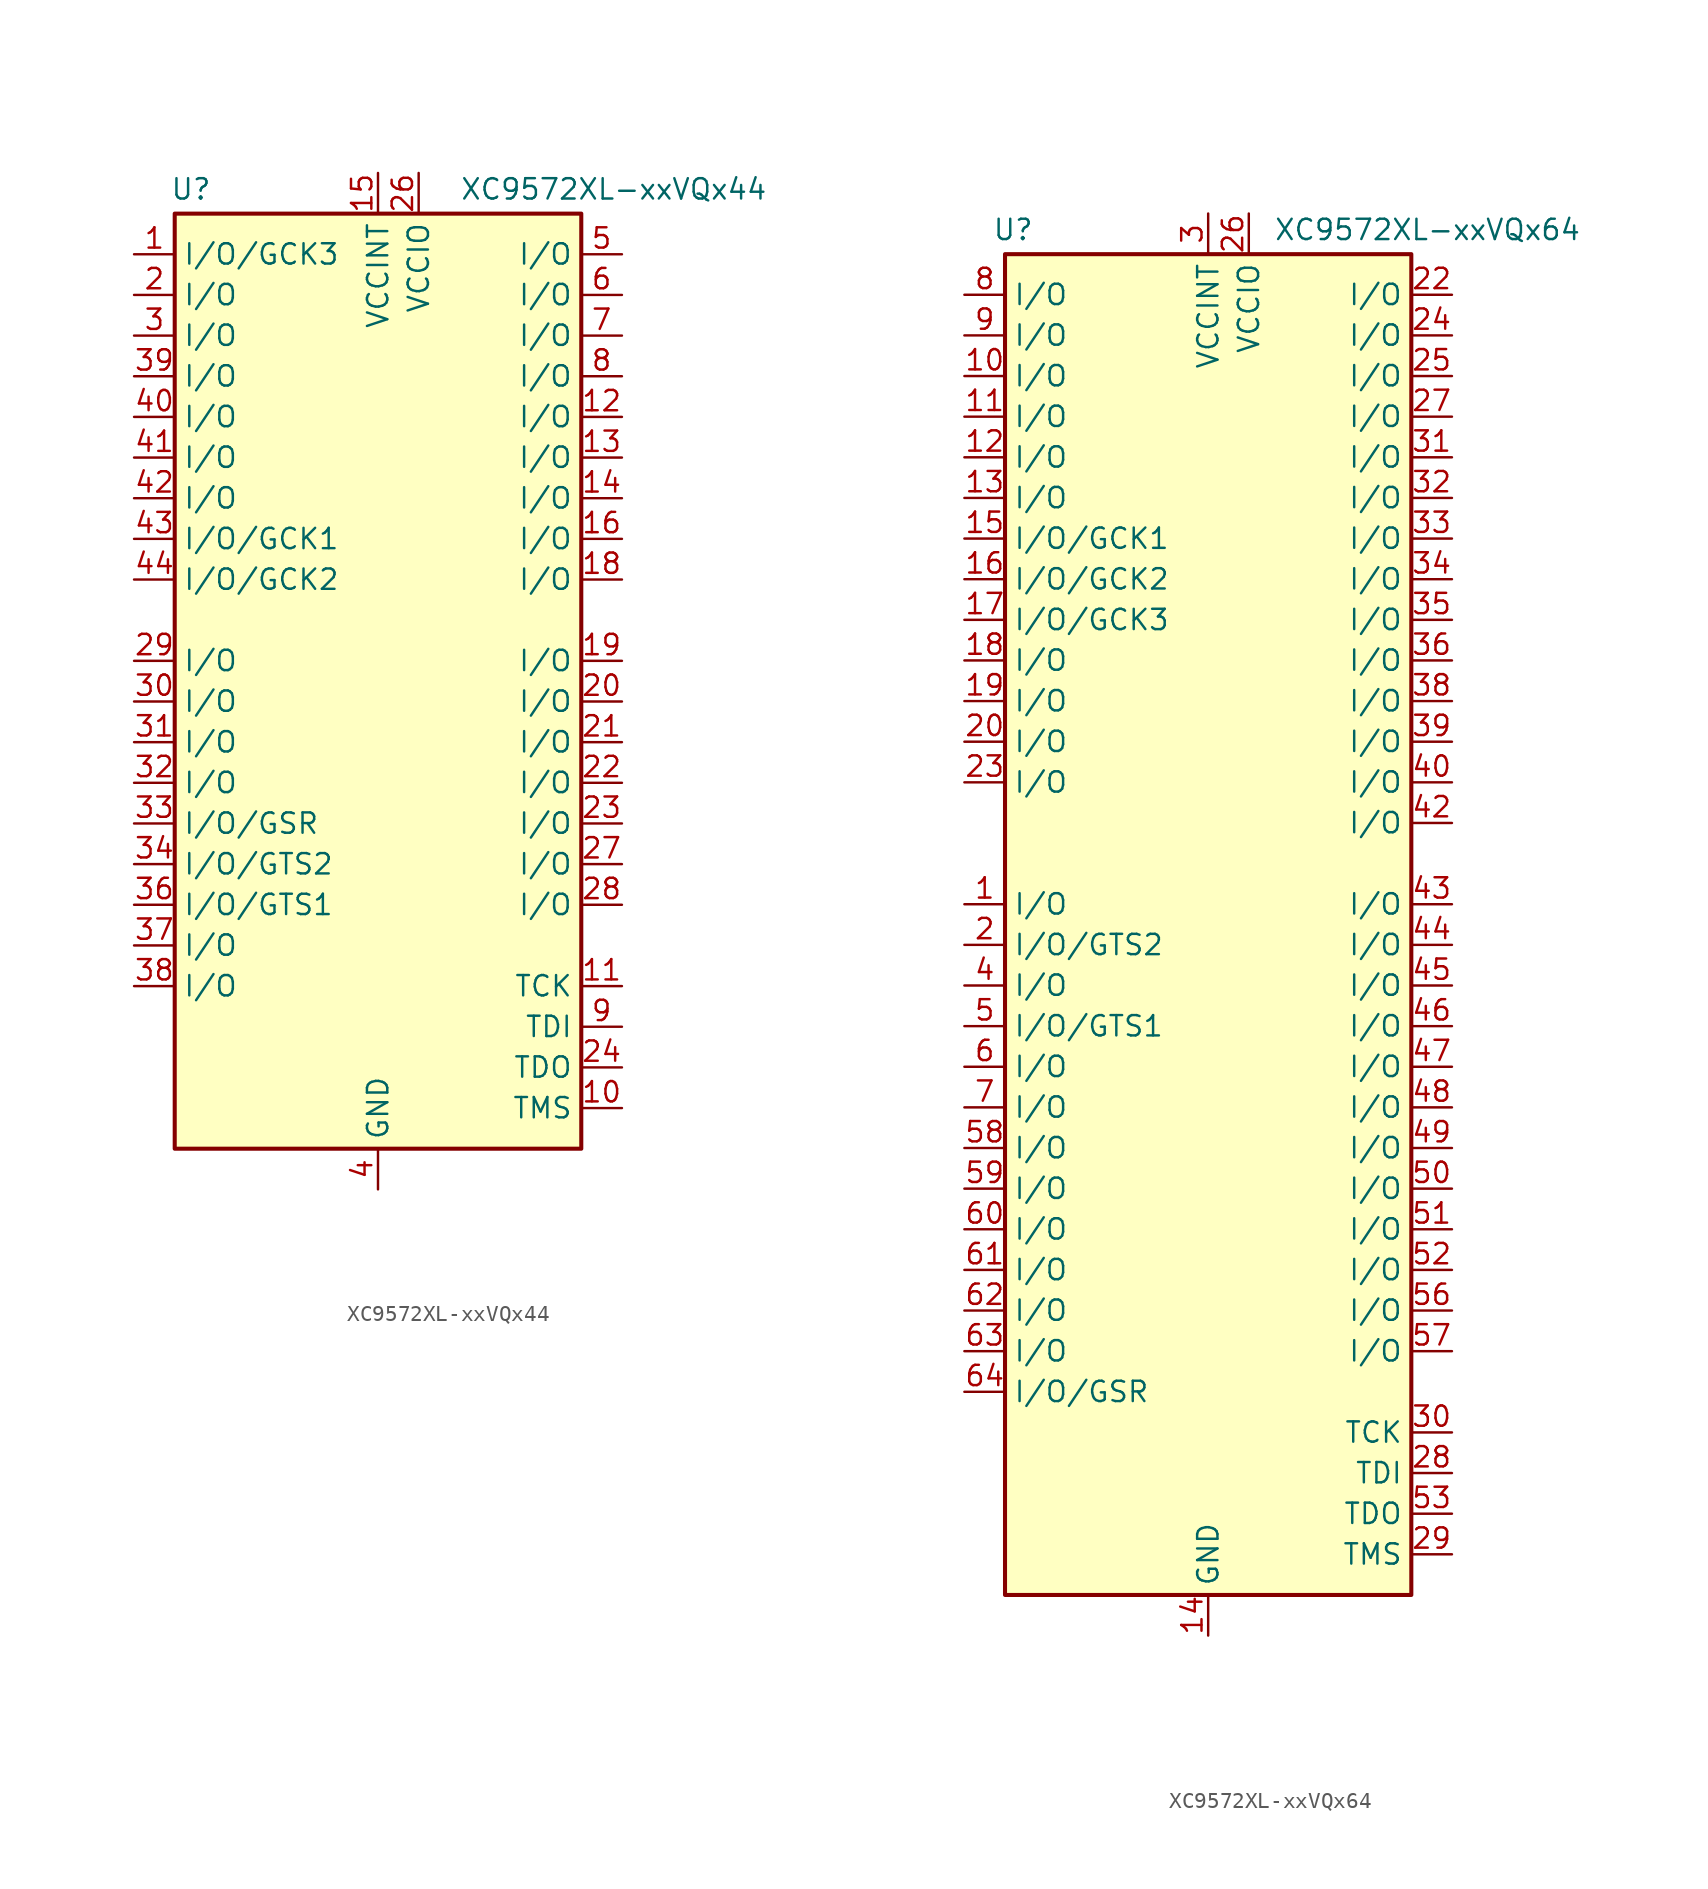
<source format=kicad_sym>
(kicad_symbol_lib
  (version 20241209)
  (generator "kicad_symbol_editor")
  (generator_version "9.0")
  (symbol "XC9572XL-xxVQx44"
    (property "Reference" "U"
      (at -11.684 32.004 0)
      (effects (font (size 1.27 1.27))))
    (property "Value" "XC9572XL-xxVQx44"
      (at 14.732 32.004 0)
      (effects (font (size 1.27 1.27))))
    (symbol "XC9572XL-xxVQx44_1_1"
      (rectangle (start -12.7 30.48) (end 12.7 -27.94) (stroke (width 0.254) (type default)) (fill (type background)))
      (pin bidirectional line (at -15.24 27.94 0) (length 2.54) (name "I/O/GCK3" (effects (font (size 1.27 1.27)))) (number "1" (effects (font (size 1.27 1.27)))))
      (pin bidirectional line (at -15.24 25.4 0) (length 2.54) (name "I/O" (effects (font (size 1.27 1.27)))) (number "2" (effects (font (size 1.27 1.27)))))
      (pin bidirectional line (at -15.24 22.86 0) (length 2.54) (name "I/O" (effects (font (size 1.27 1.27)))) (number "3" (effects (font (size 1.27 1.27)))))
      (pin bidirectional line (at -15.24 20.32 0) (length 2.54) (name "I/O" (effects (font (size 1.27 1.27)))) (number "39" (effects (font (size 1.27 1.27)))))
      (pin bidirectional line (at -15.24 17.78 0) (length 2.54) (name "I/O" (effects (font (size 1.27 1.27)))) (number "40" (effects (font (size 1.27 1.27)))))
      (pin bidirectional line (at -15.24 15.24 0) (length 2.54) (name "I/O" (effects (font (size 1.27 1.27)))) (number "41" (effects (font (size 1.27 1.27)))))
      (pin bidirectional line (at -15.24 12.7 0) (length 2.54) (name "I/O" (effects (font (size 1.27 1.27)))) (number "42" (effects (font (size 1.27 1.27)))))
      (pin bidirectional line (at -15.24 10.16 0) (length 2.54) (name "I/O/GCK1" (effects (font (size 1.27 1.27)))) (number "43" (effects (font (size 1.27 1.27)))))
      (pin bidirectional line (at -15.24 7.62 0) (length 2.54) (name "I/O/GCK2" (effects (font (size 1.27 1.27)))) (number "44" (effects (font (size 1.27 1.27)))))
      (pin bidirectional line (at -15.24 2.54 0) (length 2.54) (name "I/O" (effects (font (size 1.27 1.27)))) (number "29" (effects (font (size 1.27 1.27)))))
      (pin bidirectional line (at -15.24 0 0) (length 2.54) (name "I/O" (effects (font (size 1.27 1.27)))) (number "30" (effects (font (size 1.27 1.27)))))
      (pin bidirectional line (at -15.24 -2.54 0) (length 2.54) (name "I/O" (effects (font (size 1.27 1.27)))) (number "31" (effects (font (size 1.27 1.27)))))
      (pin bidirectional line (at -15.24 -5.08 0) (length 2.54) (name "I/O" (effects (font (size 1.27 1.27)))) (number "32" (effects (font (size 1.27 1.27)))))
      (pin bidirectional line (at -15.24 -7.62 0) (length 2.54) (name "I/O/GSR" (effects (font (size 1.27 1.27)))) (number "33" (effects (font (size 1.27 1.27)))))
      (pin bidirectional line (at -15.24 -10.16 0) (length 2.54) (name "I/O/GTS2" (effects (font (size 1.27 1.27)))) (number "34" (effects (font (size 1.27 1.27)))))
      (pin bidirectional line (at -15.24 -12.7 0) (length 2.54) (name "I/O/GTS1" (effects (font (size 1.27 1.27)))) (number "36" (effects (font (size 1.27 1.27)))))
      (pin bidirectional line (at -15.24 -15.24 0) (length 2.54) (name "I/O" (effects (font (size 1.27 1.27)))) (number "37" (effects (font (size 1.27 1.27)))))
      (pin bidirectional line (at -15.24 -17.78 0) (length 2.54) (name "I/O" (effects (font (size 1.27 1.27)))) (number "38" (effects (font (size 1.27 1.27)))))
      (pin power_in line (at 0 33.02 270) (length 2.54) (name "VCCINT" (effects (font (size 1.27 1.27)))) (number "15" (effects (font (size 1.27 1.27)))))
      (pin passive line (at 0 33.02 270) (length 2.54) (hide yes) (name "VCCINT" (effects (font (size 1.27 1.27)))) (number "35" (effects (font (size 1.27 1.27)))))
      (pin passive line (at 0 -30.48 90) (length 2.54) (hide yes) (name "GND" (effects (font (size 1.27 1.27)))) (number "17" (effects (font (size 1.27 1.27)))))
      (pin passive line (at 0 -30.48 90) (length 2.54) (hide yes) (name "GND" (effects (font (size 1.27 1.27)))) (number "25" (effects (font (size 1.27 1.27)))))
      (pin power_in line (at 0 -30.48 90) (length 2.54) (name "GND" (effects (font (size 1.27 1.27)))) (number "4" (effects (font (size 1.27 1.27)))))
      (pin power_in line (at 2.54 33.02 270) (length 2.54) (name "VCCIO" (effects (font (size 1.27 1.27)))) (number "26" (effects (font (size 1.27 1.27)))))
      (pin bidirectional line (at 15.24 27.94 180) (length 2.54) (name "I/O" (effects (font (size 1.27 1.27)))) (number "5" (effects (font (size 1.27 1.27)))))
      (pin bidirectional line (at 15.24 25.4 180) (length 2.54) (name "I/O" (effects (font (size 1.27 1.27)))) (number "6" (effects (font (size 1.27 1.27)))))
      (pin bidirectional line (at 15.24 22.86 180) (length 2.54) (name "I/O" (effects (font (size 1.27 1.27)))) (number "7" (effects (font (size 1.27 1.27)))))
      (pin bidirectional line (at 15.24 20.32 180) (length 2.54) (name "I/O" (effects (font (size 1.27 1.27)))) (number "8" (effects (font (size 1.27 1.27)))))
      (pin bidirectional line (at 15.24 17.78 180) (length 2.54) (name "I/O" (effects (font (size 1.27 1.27)))) (number "12" (effects (font (size 1.27 1.27)))))
      (pin bidirectional line (at 15.24 15.24 180) (length 2.54) (name "I/O" (effects (font (size 1.27 1.27)))) (number "13" (effects (font (size 1.27 1.27)))))
      (pin bidirectional line (at 15.24 12.7 180) (length 2.54) (name "I/O" (effects (font (size 1.27 1.27)))) (number "14" (effects (font (size 1.27 1.27)))))
      (pin bidirectional line (at 15.24 10.16 180) (length 2.54) (name "I/O" (effects (font (size 1.27 1.27)))) (number "16" (effects (font (size 1.27 1.27)))))
      (pin bidirectional line (at 15.24 7.62 180) (length 2.54) (name "I/O" (effects (font (size 1.27 1.27)))) (number "18" (effects (font (size 1.27 1.27)))))
      (pin bidirectional line (at 15.24 2.54 180) (length 2.54) (name "I/O" (effects (font (size 1.27 1.27)))) (number "19" (effects (font (size 1.27 1.27)))))
      (pin bidirectional line (at 15.24 0 180) (length 2.54) (name "I/O" (effects (font (size 1.27 1.27)))) (number "20" (effects (font (size 1.27 1.27)))))
      (pin bidirectional line (at 15.24 -2.54 180) (length 2.54) (name "I/O" (effects (font (size 1.27 1.27)))) (number "21" (effects (font (size 1.27 1.27)))))
      (pin bidirectional line (at 15.24 -5.08 180) (length 2.54) (name "I/O" (effects (font (size 1.27 1.27)))) (number "22" (effects (font (size 1.27 1.27)))))
      (pin bidirectional line (at 15.24 -7.62 180) (length 2.54) (name "I/O" (effects (font (size 1.27 1.27)))) (number "23" (effects (font (size 1.27 1.27)))))
      (pin bidirectional line (at 15.24 -10.16 180) (length 2.54) (name "I/O" (effects (font (size 1.27 1.27)))) (number "27" (effects (font (size 1.27 1.27)))))
      (pin bidirectional line (at 15.24 -12.7 180) (length 2.54) (name "I/O" (effects (font (size 1.27 1.27)))) (number "28" (effects (font (size 1.27 1.27)))))
      (pin input line (at 15.24 -17.78 180) (length 2.54) (name "TCK" (effects (font (size 1.27 1.27)))) (number "11" (effects (font (size 1.27 1.27)))))
      (pin input line (at 15.24 -20.32 180) (length 2.54) (name "TDI" (effects (font (size 1.27 1.27)))) (number "9" (effects (font (size 1.27 1.27)))))
      (pin output line (at 15.24 -22.86 180) (length 2.54) (name "TDO" (effects (font (size 1.27 1.27)))) (number "24" (effects (font (size 1.27 1.27)))))
      (pin input line (at 15.24 -25.4 180) (length 2.54) (name "TMS" (effects (font (size 1.27 1.27)))) (number "10" (effects (font (size 1.27 1.27)))))))
  (symbol "XC9572XL-xxVQx64"
    (property "Reference" "U"
      (at -12.192 42.164 0)
      (effects (font (size 1.27 1.27))))
    (property "Value" "XC9572XL-xxVQx64"
      (at 13.716 42.164 0)
      (effects (font (size 1.27 1.27))))
    (symbol "XC9572XL-xxVQx64_1_1"
      (rectangle (start -12.7 40.64) (end 12.7 -43.18) (stroke (width 0.254) (type default)) (fill (type background)))
      (pin bidirectional line (at -15.24 38.1 0) (length 2.54) (name "I/O" (effects (font (size 1.27 1.27)))) (number "8" (effects (font (size 1.27 1.27)))))
      (pin bidirectional line (at -15.24 35.56 0) (length 2.54) (name "I/O" (effects (font (size 1.27 1.27)))) (number "9" (effects (font (size 1.27 1.27)))))
      (pin bidirectional line (at -15.24 33.02 0) (length 2.54) (name "I/O" (effects (font (size 1.27 1.27)))) (number "10" (effects (font (size 1.27 1.27)))))
      (pin bidirectional line (at -15.24 30.48 0) (length 2.54) (name "I/O" (effects (font (size 1.27 1.27)))) (number "11" (effects (font (size 1.27 1.27)))))
      (pin bidirectional line (at -15.24 27.94 0) (length 2.54) (name "I/O" (effects (font (size 1.27 1.27)))) (number "12" (effects (font (size 1.27 1.27)))))
      (pin bidirectional line (at -15.24 25.4 0) (length 2.54) (name "I/O" (effects (font (size 1.27 1.27)))) (number "13" (effects (font (size 1.27 1.27)))))
      (pin bidirectional line (at -15.24 22.86 0) (length 2.54) (name "I/O/GCK1" (effects (font (size 1.27 1.27)))) (number "15" (effects (font (size 1.27 1.27)))))
      (pin bidirectional line (at -15.24 20.32 0) (length 2.54) (name "I/O/GCK2" (effects (font (size 1.27 1.27)))) (number "16" (effects (font (size 1.27 1.27)))))
      (pin bidirectional line (at -15.24 17.78 0) (length 2.54) (name "I/O/GCK3" (effects (font (size 1.27 1.27)))) (number "17" (effects (font (size 1.27 1.27)))))
      (pin bidirectional line (at -15.24 15.24 0) (length 2.54) (name "I/O" (effects (font (size 1.27 1.27)))) (number "18" (effects (font (size 1.27 1.27)))))
      (pin bidirectional line (at -15.24 12.7 0) (length 2.54) (name "I/O" (effects (font (size 1.27 1.27)))) (number "19" (effects (font (size 1.27 1.27)))))
      (pin bidirectional line (at -15.24 10.16 0) (length 2.54) (name "I/O" (effects (font (size 1.27 1.27)))) (number "20" (effects (font (size 1.27 1.27)))))
      (pin bidirectional line (at -15.24 7.62 0) (length 2.54) (name "I/O" (effects (font (size 1.27 1.27)))) (number "23" (effects (font (size 1.27 1.27)))))
      (pin bidirectional line (at -15.24 0 0) (length 2.54) (name "I/O" (effects (font (size 1.27 1.27)))) (number "1" (effects (font (size 1.27 1.27)))))
      (pin bidirectional line (at -15.24 -2.54 0) (length 2.54) (name "I/O/GTS2" (effects (font (size 1.27 1.27)))) (number "2" (effects (font (size 1.27 1.27)))))
      (pin bidirectional line (at -15.24 -5.08 0) (length 2.54) (name "I/O" (effects (font (size 1.27 1.27)))) (number "4" (effects (font (size 1.27 1.27)))))
      (pin bidirectional line (at -15.24 -7.62 0) (length 2.54) (name "I/O/GTS1" (effects (font (size 1.27 1.27)))) (number "5" (effects (font (size 1.27 1.27)))))
      (pin bidirectional line (at -15.24 -10.16 0) (length 2.54) (name "I/O" (effects (font (size 1.27 1.27)))) (number "6" (effects (font (size 1.27 1.27)))))
      (pin bidirectional line (at -15.24 -12.7 0) (length 2.54) (name "I/O" (effects (font (size 1.27 1.27)))) (number "7" (effects (font (size 1.27 1.27)))))
      (pin bidirectional line (at -15.24 -15.24 0) (length 2.54) (name "I/O" (effects (font (size 1.27 1.27)))) (number "58" (effects (font (size 1.27 1.27)))))
      (pin bidirectional line (at -15.24 -17.78 0) (length 2.54) (name "I/O" (effects (font (size 1.27 1.27)))) (number "59" (effects (font (size 1.27 1.27)))))
      (pin bidirectional line (at -15.24 -20.32 0) (length 2.54) (name "I/O" (effects (font (size 1.27 1.27)))) (number "60" (effects (font (size 1.27 1.27)))))
      (pin bidirectional line (at -15.24 -22.86 0) (length 2.54) (name "I/O" (effects (font (size 1.27 1.27)))) (number "61" (effects (font (size 1.27 1.27)))))
      (pin bidirectional line (at -15.24 -25.4 0) (length 2.54) (name "I/O" (effects (font (size 1.27 1.27)))) (number "62" (effects (font (size 1.27 1.27)))))
      (pin bidirectional line (at -15.24 -27.94 0) (length 2.54) (name "I/O" (effects (font (size 1.27 1.27)))) (number "63" (effects (font (size 1.27 1.27)))))
      (pin bidirectional line (at -15.24 -30.48 0) (length 2.54) (name "I/O/GSR" (effects (font (size 1.27 1.27)))) (number "64" (effects (font (size 1.27 1.27)))))
      (pin power_in line (at 0 43.18 270) (length 2.54) (name "VCCINT" (effects (font (size 1.27 1.27)))) (number "3" (effects (font (size 1.27 1.27)))))
      (pin passive line (at 0 43.18 270) (length 2.54) (hide yes) (name "VCCINT" (effects (font (size 1.27 1.27)))) (number "37" (effects (font (size 1.27 1.27)))))
      (pin power_in line (at 0 -45.72 90) (length 2.54) (name "GND" (effects (font (size 1.27 1.27)))) (number "14" (effects (font (size 1.27 1.27)))))
      (pin passive line (at 0 -45.72 90) (length 2.54) (hide yes) (name "GND" (effects (font (size 1.27 1.27)))) (number "21" (effects (font (size 1.27 1.27)))))
      (pin passive line (at 0 -45.72 90) (length 2.54) (hide yes) (name "GND" (effects (font (size 1.27 1.27)))) (number "41" (effects (font (size 1.27 1.27)))))
      (pin passive line (at 0 -45.72 90) (length 2.54) (hide yes) (name "GND" (effects (font (size 1.27 1.27)))) (number "54" (effects (font (size 1.27 1.27)))))
      (pin power_in line (at 2.54 43.18 270) (length 2.54) (name "VCCIO" (effects (font (size 1.27 1.27)))) (number "26" (effects (font (size 1.27 1.27)))))
      (pin passive line (at 2.54 43.18 270) (length 2.54) (hide yes) (name "VCCIO" (effects (font (size 1.27 1.27)))) (number "55" (effects (font (size 1.27 1.27)))))
      (pin bidirectional line (at 15.24 38.1 180) (length 2.54) (name "I/O" (effects (font (size 1.27 1.27)))) (number "22" (effects (font (size 1.27 1.27)))))
      (pin bidirectional line (at 15.24 35.56 180) (length 2.54) (name "I/O" (effects (font (size 1.27 1.27)))) (number "24" (effects (font (size 1.27 1.27)))))
      (pin bidirectional line (at 15.24 33.02 180) (length 2.54) (name "I/O" (effects (font (size 1.27 1.27)))) (number "25" (effects (font (size 1.27 1.27)))))
      (pin bidirectional line (at 15.24 30.48 180) (length 2.54) (name "I/O" (effects (font (size 1.27 1.27)))) (number "27" (effects (font (size 1.27 1.27)))))
      (pin bidirectional line (at 15.24 27.94 180) (length 2.54) (name "I/O" (effects (font (size 1.27 1.27)))) (number "31" (effects (font (size 1.27 1.27)))))
      (pin bidirectional line (at 15.24 25.4 180) (length 2.54) (name "I/O" (effects (font (size 1.27 1.27)))) (number "32" (effects (font (size 1.27 1.27)))))
      (pin bidirectional line (at 15.24 22.86 180) (length 2.54) (name "I/O" (effects (font (size 1.27 1.27)))) (number "33" (effects (font (size 1.27 1.27)))))
      (pin bidirectional line (at 15.24 20.32 180) (length 2.54) (name "I/O" (effects (font (size 1.27 1.27)))) (number "34" (effects (font (size 1.27 1.27)))))
      (pin bidirectional line (at 15.24 17.78 180) (length 2.54) (name "I/O" (effects (font (size 1.27 1.27)))) (number "35" (effects (font (size 1.27 1.27)))))
      (pin bidirectional line (at 15.24 15.24 180) (length 2.54) (name "I/O" (effects (font (size 1.27 1.27)))) (number "36" (effects (font (size 1.27 1.27)))))
      (pin bidirectional line (at 15.24 12.7 180) (length 2.54) (name "I/O" (effects (font (size 1.27 1.27)))) (number "38" (effects (font (size 1.27 1.27)))))
      (pin bidirectional line (at 15.24 10.16 180) (length 2.54) (name "I/O" (effects (font (size 1.27 1.27)))) (number "39" (effects (font (size 1.27 1.27)))))
      (pin bidirectional line (at 15.24 7.62 180) (length 2.54) (name "I/O" (effects (font (size 1.27 1.27)))) (number "40" (effects (font (size 1.27 1.27)))))
      (pin bidirectional line (at 15.24 5.08 180) (length 2.54) (name "I/O" (effects (font (size 1.27 1.27)))) (number "42" (effects (font (size 1.27 1.27)))))
      (pin bidirectional line (at 15.24 0 180) (length 2.54) (name "I/O" (effects (font (size 1.27 1.27)))) (number "43" (effects (font (size 1.27 1.27)))))
      (pin bidirectional line (at 15.24 -2.54 180) (length 2.54) (name "I/O" (effects (font (size 1.27 1.27)))) (number "44" (effects (font (size 1.27 1.27)))))
      (pin bidirectional line (at 15.24 -5.08 180) (length 2.54) (name "I/O" (effects (font (size 1.27 1.27)))) (number "45" (effects (font (size 1.27 1.27)))))
      (pin bidirectional line (at 15.24 -7.62 180) (length 2.54) (name "I/O" (effects (font (size 1.27 1.27)))) (number "46" (effects (font (size 1.27 1.27)))))
      (pin bidirectional line (at 15.24 -10.16 180) (length 2.54) (name "I/O" (effects (font (size 1.27 1.27)))) (number "47" (effects (font (size 1.27 1.27)))))
      (pin bidirectional line (at 15.24 -12.7 180) (length 2.54) (name "I/O" (effects (font (size 1.27 1.27)))) (number "48" (effects (font (size 1.27 1.27)))))
      (pin bidirectional line (at 15.24 -15.24 180) (length 2.54) (name "I/O" (effects (font (size 1.27 1.27)))) (number "49" (effects (font (size 1.27 1.27)))))
      (pin bidirectional line (at 15.24 -17.78 180) (length 2.54) (name "I/O" (effects (font (size 1.27 1.27)))) (number "50" (effects (font (size 1.27 1.27)))))
      (pin bidirectional line (at 15.24 -20.32 180) (length 2.54) (name "I/O" (effects (font (size 1.27 1.27)))) (number "51" (effects (font (size 1.27 1.27)))))
      (pin bidirectional line (at 15.24 -22.86 180) (length 2.54) (name "I/O" (effects (font (size 1.27 1.27)))) (number "52" (effects (font (size 1.27 1.27)))))
      (pin bidirectional line (at 15.24 -25.4 180) (length 2.54) (name "I/O" (effects (font (size 1.27 1.27)))) (number "56" (effects (font (size 1.27 1.27)))))
      (pin bidirectional line (at 15.24 -27.94 180) (length 2.54) (name "I/O" (effects (font (size 1.27 1.27)))) (number "57" (effects (font (size 1.27 1.27)))))
      (pin input line (at 15.24 -33.02 180) (length 2.54) (name "TCK" (effects (font (size 1.27 1.27)))) (number "30" (effects (font (size 1.27 1.27)))))
      (pin input line (at 15.24 -35.56 180) (length 2.54) (name "TDI" (effects (font (size 1.27 1.27)))) (number "28" (effects (font (size 1.27 1.27)))))
      (pin output line (at 15.24 -38.1 180) (length 2.54) (name "TDO" (effects (font (size 1.27 1.27)))) (number "53" (effects (font (size 1.27 1.27)))))
      (pin input line (at 15.24 -40.64 180) (length 2.54) (name "TMS" (effects (font (size 1.27 1.27)))) (number "29" (effects (font (size 1.27 1.27))))))))
</source>
